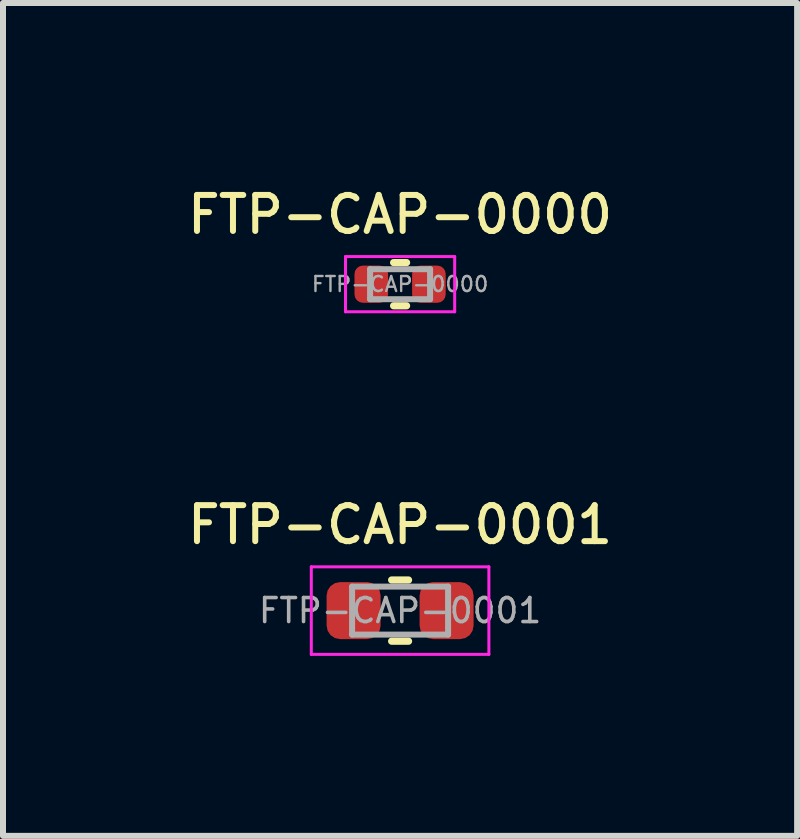
<source format=kicad_pcb>
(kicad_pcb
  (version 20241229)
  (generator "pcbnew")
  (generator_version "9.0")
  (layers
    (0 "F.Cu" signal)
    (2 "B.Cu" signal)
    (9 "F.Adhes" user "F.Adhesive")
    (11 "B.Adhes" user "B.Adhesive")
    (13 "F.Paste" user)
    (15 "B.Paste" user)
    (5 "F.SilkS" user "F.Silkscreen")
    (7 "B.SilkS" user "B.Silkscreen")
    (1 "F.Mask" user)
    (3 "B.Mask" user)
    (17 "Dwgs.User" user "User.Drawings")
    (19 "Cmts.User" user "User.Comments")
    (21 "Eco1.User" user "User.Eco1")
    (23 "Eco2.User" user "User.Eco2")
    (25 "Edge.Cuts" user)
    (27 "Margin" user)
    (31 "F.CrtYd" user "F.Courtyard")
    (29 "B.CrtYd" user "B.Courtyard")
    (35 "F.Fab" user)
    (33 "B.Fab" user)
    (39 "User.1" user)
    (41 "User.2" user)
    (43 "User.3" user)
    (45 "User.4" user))
  (footprint "FTP-CAP-0000"
    (layer "F.Cu")
    (at 3.619 1.687)
    (property "Reference" "FTP-CAP-0000" (at 0 -1.16 0) (layer "F.SilkS") (effects (font (size 0.6 0.6) (thickness 0.1) (bold yes))))
    (attr smd)
    (fp_line (start -0.108 -0.36) (end 0.108 -0.36) (stroke (width 0.12) (type solid)) (layer "F.SilkS"))
    (fp_line (start -0.108 0.36) (end 0.108 0.36) (stroke (width 0.12) (type solid)) (layer "F.SilkS"))
    (fp_line (start -0.91 -0.46) (end 0.91 -0.46) (stroke (width 0.05) (type solid)) (layer "F.CrtYd"))
    (fp_line (start -0.91 0.46) (end -0.91 -0.46) (stroke (width 0.05) (type solid)) (layer "F.CrtYd"))
    (fp_line (start 0.91 -0.46) (end 0.91 0.46) (stroke (width 0.05) (type solid)) (layer "F.CrtYd"))
    (fp_line (start 0.91 0.46) (end -0.91 0.46) (stroke (width 0.05) (type solid)) (layer "F.CrtYd"))
    (fp_line (start -0.5 -0.25) (end 0.5 -0.25) (stroke (width 0.1) (type solid)) (layer "F.Fab"))
    (fp_line (start -0.5 0.25) (end -0.5 -0.25) (stroke (width 0.1) (type solid)) (layer "F.Fab"))
    (fp_line (start 0.5 -0.25) (end 0.5 0.25) (stroke (width 0.1) (type solid)) (layer "F.Fab"))
    (fp_line (start 0.5 0.25) (end -0.5 0.25) (stroke (width 0.1) (type solid)) (layer "F.Fab"))
    (fp_text user "${REFERENCE}" (at 0 0 0) (layer "F.Fab") (effects (font (size 0.25 0.25) (thickness 0.04))))
    (pad "1" smd roundrect (at -0.48 0) (size 0.56 0.62) (layers "F.Cu" "F.Mask" "F.Paste") (roundrect_rratio 0.25))
    (pad "2" smd roundrect (at 0.48 0) (size 0.56 0.62) (layers "F.Cu" "F.Mask" "F.Paste") (roundrect_rratio 0.25)))
  (footprint "FTP-CAP-0001"
    (layer "F.Cu")
    (at 3.619 7.128)
    (property "Reference" "FTP-CAP-0001" (at 0 -1.43 0) (layer "F.SilkS") (effects (font (size 0.6 0.6) (thickness 0.1) (bold yes))))
    (attr smd)
    (fp_line (start -0.141 -0.51) (end 0.141 -0.51) (stroke (width 0.12) (type solid)) (layer "F.SilkS"))
    (fp_line (start -0.141 0.51) (end 0.141 0.51) (stroke (width 0.12) (type solid)) (layer "F.SilkS"))
    (fp_line (start -1.48 -0.73) (end 1.48 -0.73) (stroke (width 0.05) (type solid)) (layer "F.CrtYd"))
    (fp_line (start -1.48 0.73) (end -1.48 -0.73) (stroke (width 0.05) (type solid)) (layer "F.CrtYd"))
    (fp_line (start 1.48 -0.73) (end 1.48 0.73) (stroke (width 0.05) (type solid)) (layer "F.CrtYd"))
    (fp_line (start 1.48 0.73) (end -1.48 0.73) (stroke (width 0.05) (type solid)) (layer "F.CrtYd"))
    (fp_line (start -0.8 -0.4) (end 0.8 -0.4) (stroke (width 0.1) (type solid)) (layer "F.Fab"))
    (fp_line (start -0.8 0.4) (end -0.8 -0.4) (stroke (width 0.1) (type solid)) (layer "F.Fab"))
    (fp_line (start 0.8 -0.4) (end 0.8 0.4) (stroke (width 0.1) (type solid)) (layer "F.Fab"))
    (fp_line (start 0.8 0.4) (end -0.8 0.4) (stroke (width 0.1) (type solid)) (layer "F.Fab"))
    (fp_text user "${REFERENCE}" (at 0 0 0) (layer "F.Fab") (effects (font (size 0.4 0.4) (thickness 0.06))))
    (pad "1" smd roundrect (at -0.775 0) (size 0.9 0.95) (layers "F.Cu" "F.Mask" "F.Paste") (roundrect_rratio 0.25))
    (pad "2" smd roundrect (at 0.775 0) (size 0.9 0.95) (layers "F.Cu" "F.Mask" "F.Paste") (roundrect_rratio 0.25)))
  (gr_rect
    (start -3 -3)
    (end 10.237 10.883)
    (stroke (width 0.1) (type default))
    (fill no)
    (layer "Edge.Cuts")))
</source>
